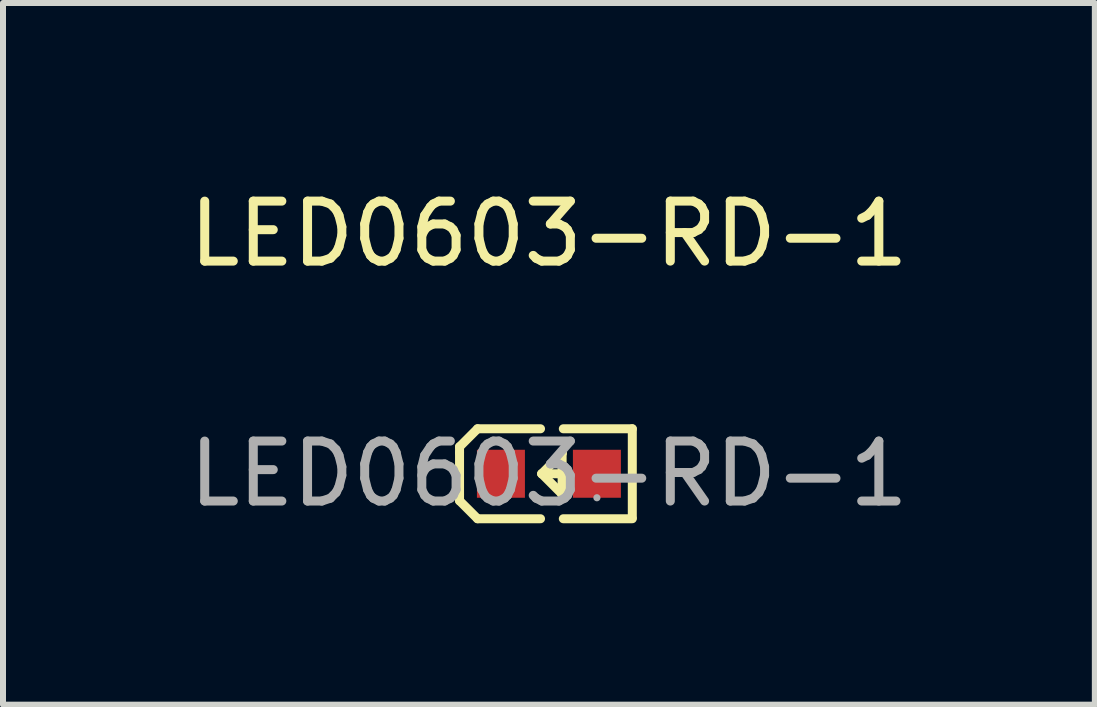
<source format=kicad_pcb>
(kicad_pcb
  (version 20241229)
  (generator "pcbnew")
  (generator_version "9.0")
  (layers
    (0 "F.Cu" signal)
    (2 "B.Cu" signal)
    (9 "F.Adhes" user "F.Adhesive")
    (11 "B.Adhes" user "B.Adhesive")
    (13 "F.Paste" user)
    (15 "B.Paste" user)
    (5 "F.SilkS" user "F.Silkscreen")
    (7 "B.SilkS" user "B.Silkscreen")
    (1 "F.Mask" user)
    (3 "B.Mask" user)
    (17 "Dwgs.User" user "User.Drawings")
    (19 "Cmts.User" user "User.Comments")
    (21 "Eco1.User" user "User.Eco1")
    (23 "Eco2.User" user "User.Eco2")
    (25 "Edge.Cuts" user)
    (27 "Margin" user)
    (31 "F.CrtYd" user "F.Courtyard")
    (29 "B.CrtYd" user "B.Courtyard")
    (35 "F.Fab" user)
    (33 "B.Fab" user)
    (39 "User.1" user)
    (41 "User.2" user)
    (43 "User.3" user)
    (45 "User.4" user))
  (footprint "LED0603-RD-1"
    (layer "F.Cu")
    (at 6.101 4.848)
    (property "Reference" "LED0603-RD-1" (at 0 -4 0) (layer "F.SilkS") (effects (font (size 1 1) (thickness 0.15))))
    (attr smd)
    (fp_line (start -1.49 -0.45) (end -1.19 -0.75) (stroke (width 0.15) (type solid)) (layer "F.SilkS"))
    (fp_line (start -1.49 -0.35) (end -1.49 -0.45) (stroke (width 0.15) (type solid)) (layer "F.SilkS"))
    (fp_line (start -1.49 -0.35) (end -1.49 0.35) (stroke (width 0.15) (type solid)) (layer "F.SilkS"))
    (fp_line (start -1.49 0.35) (end -1.49 0.45) (stroke (width 0.15) (type solid)) (layer "F.SilkS"))
    (fp_line (start -1.49 0.45) (end -1.19 0.75) (stroke (width 0.15) (type solid)) (layer "F.SilkS"))
    (fp_line (start -0.14 -0.75) (end -1.19 -0.75) (stroke (width 0.15) (type solid)) (layer "F.SilkS"))
    (fp_line (start -0.14 0.75) (end -1.19 0.75) (stroke (width 0.15) (type solid)) (layer "F.SilkS"))
    (fp_line (start 0.21 0.33) (end -0.12 0) (stroke (width 0.15) (type solid)) (layer "F.SilkS"))
    (fp_line (start 0.22 -0.35) (end 0.22 -0.34) (stroke (width 0.15) (type solid)) (layer "F.SilkS"))
    (fp_line (start 0.22 -0.35) (end 0.22 0.33) (stroke (width 0.15) (type solid)) (layer "F.SilkS"))
    (fp_line (start 0.22 -0.34) (end -0.12 0) (stroke (width 0.15) (type solid)) (layer "F.SilkS"))
    (fp_line (start 0.22 0) (end -0.12 0) (stroke (width 0.15) (type solid)) (layer "F.SilkS"))
    (fp_line (start 0.22 0.33) (end 0.21 0.33) (stroke (width 0.15) (type solid)) (layer "F.SilkS"))
    (fp_line (start 0.24 -0.75) (end 1.39 -0.75) (stroke (width 0.15) (type solid)) (layer "F.SilkS"))
    (fp_line (start 0.24 0.75) (end 1.39 0.75) (stroke (width 0.15) (type solid)) (layer "F.SilkS"))
    (fp_line (start 1.39 -0.75) (end 1.39 0.73) (stroke (width 0.15) (type solid)) (layer "F.SilkS"))
    (fp_circle (center 0.8 0.4) (end 0.83 0.4) (stroke (width 0.06) (type solid)) (fill no) (layer "F.Fab"))
    (fp_text user "${REFERENCE}" (at 0 0 0) (layer "F.Fab") (effects (font (size 1 1) (thickness 0.15))))
    (pad "1" smd rect (at -0.8 0 90) (size 0.8 0.8) (layers "F.Cu" "F.Mask" "F.Paste"))
    (pad "2" smd rect (at 0.8 0 90) (size 0.8 0.8) (layers "F.Cu" "F.Mask" "F.Paste")))
  (gr_rect
    (start -3 -3)
    (end 15.202 8.697)
    (stroke (width 0.1) (type default))
    (fill no)
    (layer "Edge.Cuts")))
</source>
